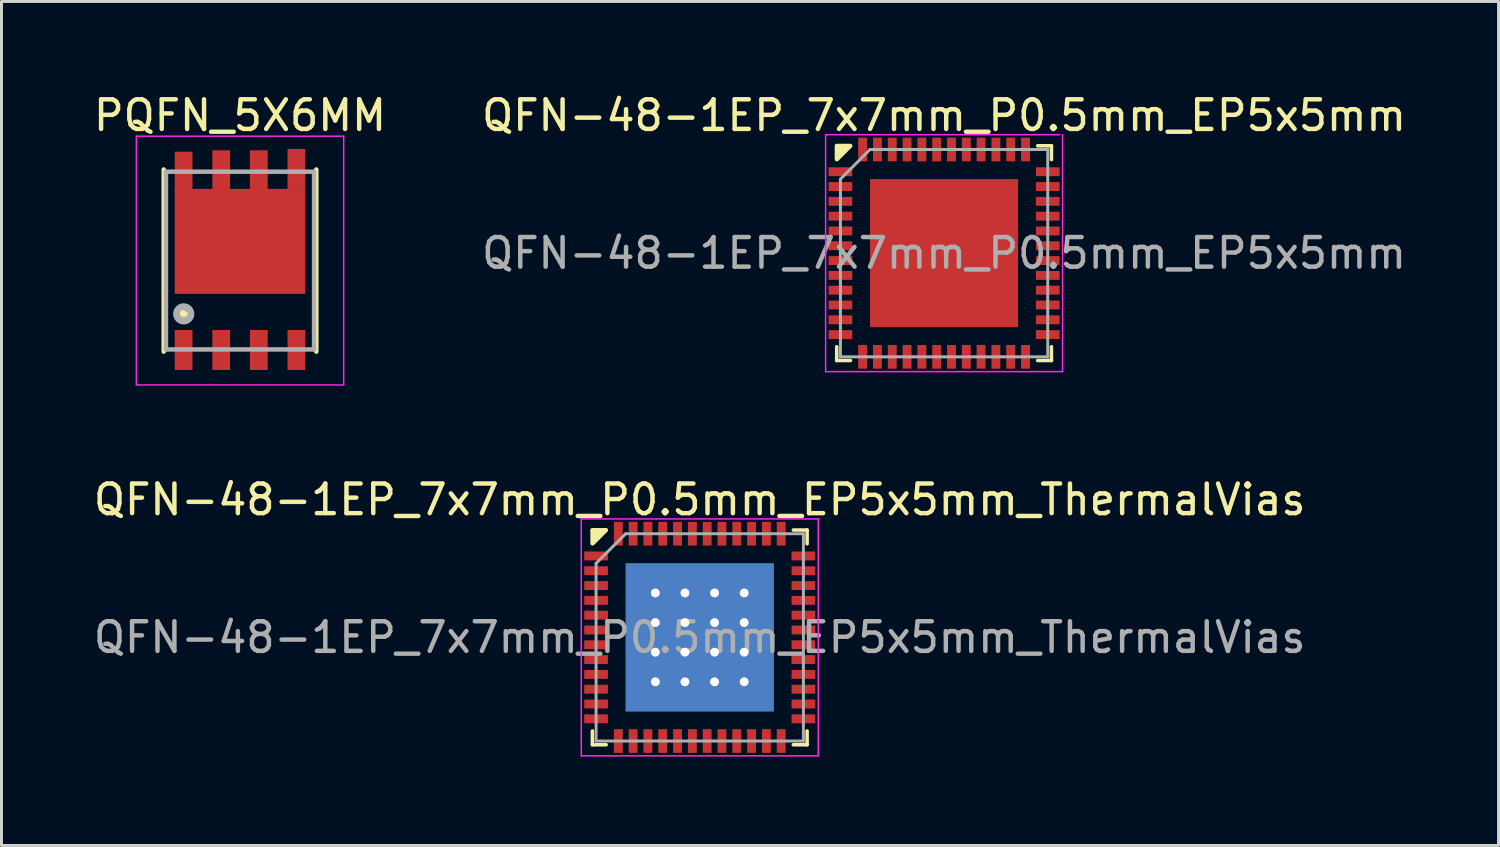
<source format=kicad_pcb>
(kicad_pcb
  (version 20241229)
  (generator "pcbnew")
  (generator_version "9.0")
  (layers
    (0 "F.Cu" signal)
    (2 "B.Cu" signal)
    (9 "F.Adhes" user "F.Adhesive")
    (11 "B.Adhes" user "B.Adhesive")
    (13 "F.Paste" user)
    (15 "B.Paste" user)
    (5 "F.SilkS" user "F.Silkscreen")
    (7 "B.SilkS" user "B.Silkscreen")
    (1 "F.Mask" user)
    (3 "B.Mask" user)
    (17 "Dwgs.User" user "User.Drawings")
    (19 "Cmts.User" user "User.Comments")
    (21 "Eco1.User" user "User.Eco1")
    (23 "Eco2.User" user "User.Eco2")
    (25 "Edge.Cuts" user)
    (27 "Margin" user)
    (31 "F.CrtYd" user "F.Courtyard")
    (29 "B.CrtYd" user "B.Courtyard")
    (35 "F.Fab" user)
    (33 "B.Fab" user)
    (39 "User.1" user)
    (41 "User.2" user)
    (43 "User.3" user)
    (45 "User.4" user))
  (footprint "PQFN_5X6MM"
    (layer "F.Cu")
    (at 5.054 5.748)
    (property "Reference" "PQFN_5X6MM" (at 0 -4.9 0) (layer "F.SilkS") (effects (font (size 1 1) (thickness 0.15))))
    (attr through_hole)
    (fp_line (start -2.576 3.076) (end -2.576 -3.076) (stroke (width 0.15) (type solid)) (layer "F.SilkS"))
    (fp_line (start 2.576 3.076) (end 2.576 -3.076) (stroke (width 0.15) (type solid)) (layer "F.SilkS"))
    (fp_circle (center -1.9 1.8) (end -1.7 1.7) (stroke (width 0.15) (type solid)) (fill no) (layer "F.SilkS"))
    (fp_poly (pts (xy -2.1 1.8) (xy -2 1.6) (xy -1.7 1.7) (xy -1.8 2) (xy -2 2)) (stroke (width 0.15) (type solid)) (fill yes) (layer "F.SilkS"))
    (fp_line (start -3.5 -4.2) (end -3.5 4.2) (stroke (width 0.05) (type solid)) (layer "F.CrtYd"))
    (fp_line (start -3.5 4.2) (end 3.5 4.2) (stroke (width 0.05) (type solid)) (layer "F.CrtYd"))
    (fp_line (start 3.5 -4.2) (end -3.5 -4.2) (stroke (width 0.05) (type solid)) (layer "F.CrtYd"))
    (fp_line (start 3.5 4.2) (end 3.5 -4.2) (stroke (width 0.05) (type solid)) (layer "F.CrtYd"))
    (fp_line (start -2.5 -3) (end 2.5 -3) (stroke (width 0.15) (type solid)) (layer "F.Fab"))
    (fp_line (start -2.5 3) (end -2.5 -3) (stroke (width 0.15) (type solid)) (layer "F.Fab"))
    (fp_line (start 2.5 -3) (end 2.5 3) (stroke (width 0.15) (type solid)) (layer "F.Fab"))
    (fp_line (start 2.5 3) (end -2.5 3) (stroke (width 0.15) (type solid)) (layer "F.Fab"))
    (fp_circle (center -1.9 1.8) (end -1.7 1.6) (stroke (width 0.15) (type solid)) (fill no) (layer "F.Fab"))
    (fp_poly (pts (xy -2.1 1.7) (xy -2 1.6) (xy -1.9 1.6) (xy -1.7 1.7) (xy -1.7 1.9) (xy -1.9 2) (xy -2.1 1.9)) (stroke (width 0.15) (type solid)) (fill no) (layer "F.Fab"))
    (pad "1" smd rect (at -1.905 3.02) (size 0.6 1.35) (layers "F.Cu" "F.Mask" "F.Paste"))
    (pad "2" smd rect (at -0.635 3.02) (size 0.6 1.35) (layers "F.Cu" "F.Mask" "F.Paste"))
    (pad "3" smd rect (at 0.635 3.02) (size 0.6 1.35) (layers "F.Cu" "F.Mask" "F.Paste"))
    (pad "4" smd rect (at 1.905 3.02) (size 0.6 1.35) (layers "F.Cu" "F.Mask" "F.Paste"))
    (pad "5" smd rect (at 0 -0.648) (size 4.41 3.545) (layers "F.Cu" "F.Mask" "F.Paste"))
    (pad "5" smd rect (at 1.905 -3.095) (size 0.6 1.35) (layers "F.Cu" "F.Mask" "F.Paste"))
    (pad "6" smd rect (at 0.635 -3.048) (size 0.6 1.35) (layers "F.Cu" "F.Mask" "F.Paste"))
    (pad "7" smd rect (at -0.635 -3.048) (size 0.6 1.35) (layers "F.Cu" "F.Mask" "F.Paste"))
    (pad "8" smd rect (at -1.905 -3) (size 0.6 1.35) (layers "F.Cu" "F.Mask" "F.Paste")))
  (footprint "QFN-48-1EP_7x7mm_P0.5mm_EP5x5mm"
    (layer "F.Cu")
    (at 28.827 5.498)
    (property "Reference" "QFN-48-1EP_7x7mm_P0.5mm_EP5x5mm" (at 0 -4.65 0) (layer "F.SilkS") (effects (font (size 1 1) (thickness 0.15))))
    (attr smd)
    (fp_line (start -3.625 -3.625) (end -3.16 -3.625) (stroke (width 0.12) (type solid)) (layer "F.SilkS"))
    (fp_line (start -3.625 3.625) (end -3.625 3.16) (stroke (width 0.12) (type solid)) (layer "F.SilkS"))
    (fp_line (start -3.16 3.625) (end -3.625 3.625) (stroke (width 0.12) (type solid)) (layer "F.SilkS"))
    (fp_line (start 3.16 -3.625) (end 3.625 -3.625) (stroke (width 0.12) (type solid)) (layer "F.SilkS"))
    (fp_line (start 3.16 3.625) (end 3.625 3.625) (stroke (width 0.12) (type solid)) (layer "F.SilkS"))
    (fp_line (start 3.625 -3.625) (end 3.625 -3.16) (stroke (width 0.12) (type solid)) (layer "F.SilkS"))
    (fp_line (start 3.625 3.625) (end 3.625 3.16) (stroke (width 0.12) (type solid)) (layer "F.SilkS"))
    (fp_poly (pts (xy -3.175 -3.619) (xy -3.619 -3.619) (xy -3.619 -3.175)) (stroke (width 0.15) (type solid)) (fill yes) (layer "F.SilkS"))
    (fp_line (start -4 -4) (end -4 4) (stroke (width 0.05) (type solid)) (layer "F.CrtYd"))
    (fp_line (start -4 4) (end 4 4) (stroke (width 0.05) (type solid)) (layer "F.CrtYd"))
    (fp_line (start 3.9 -4) (end -4 -4) (stroke (width 0.05) (type solid)) (layer "F.CrtYd"))
    (fp_line (start 4 4) (end 4 -4) (stroke (width 0.05) (type solid)) (layer "F.CrtYd"))
    (fp_line (start -3.5 -2.5) (end -2.5 -3.5) (stroke (width 0.1) (type solid)) (layer "F.Fab"))
    (fp_line (start -3.5 3.5) (end -3.5 -2.5) (stroke (width 0.1) (type solid)) (layer "F.Fab"))
    (fp_line (start -2.5 -3.5) (end 3.5 -3.5) (stroke (width 0.1) (type solid)) (layer "F.Fab"))
    (fp_line (start 3.5 -3.5) (end 3.5 3.5) (stroke (width 0.1) (type solid)) (layer "F.Fab"))
    (fp_line (start 3.5 3.5) (end -3.5 3.5) (stroke (width 0.1) (type solid)) (layer "F.Fab"))
    (fp_text user "${REFERENCE}" (at 0 0 0) (layer "F.Fab") (effects (font (size 1 1) (thickness 0.15))))
    (pad "1" smd rect (at -3.5 -2.75) (size 0.8 0.3) (layers "F.Cu" "F.Mask" "F.Paste"))
    (pad "2" smd rect (at -3.5 -2.25) (size 0.8 0.3) (layers "F.Cu" "F.Mask" "F.Paste"))
    (pad "3" smd rect (at -3.5 -1.75) (size 0.8 0.3) (layers "F.Cu" "F.Mask" "F.Paste"))
    (pad "4" smd rect (at -3.5 -1.25) (size 0.8 0.3) (layers "F.Cu" "F.Mask" "F.Paste"))
    (pad "5" smd rect (at -3.5 -0.75) (size 0.8 0.3) (layers "F.Cu" "F.Mask" "F.Paste"))
    (pad "6" smd rect (at -3.5 -0.25) (size 0.8 0.3) (layers "F.Cu" "F.Mask" "F.Paste"))
    (pad "7" smd rect (at -3.5 0.25) (size 0.8 0.3) (layers "F.Cu" "F.Mask" "F.Paste"))
    (pad "8" smd rect (at -3.5 0.75) (size 0.8 0.3) (layers "F.Cu" "F.Mask" "F.Paste"))
    (pad "9" smd rect (at -3.5 1.25) (size 0.8 0.3) (layers "F.Cu" "F.Mask" "F.Paste"))
    (pad "10" smd rect (at -3.5 1.75) (size 0.8 0.3) (layers "F.Cu" "F.Mask" "F.Paste"))
    (pad "11" smd rect (at -3.5 2.25) (size 0.8 0.3) (layers "F.Cu" "F.Mask" "F.Paste"))
    (pad "12" smd rect (at -3.5 2.75) (size 0.8 0.3) (layers "F.Cu" "F.Mask" "F.Paste"))
    (pad "13" smd rect (at -2.75 3.5 90) (size 0.8 0.3) (layers "F.Cu" "F.Mask" "F.Paste"))
    (pad "14" smd rect (at -2.25 3.5 90) (size 0.8 0.3) (layers "F.Cu" "F.Mask" "F.Paste"))
    (pad "15" smd rect (at -1.75 3.5 90) (size 0.8 0.3) (layers "F.Cu" "F.Mask" "F.Paste"))
    (pad "16" smd rect (at -1.25 3.5 90) (size 0.8 0.3) (layers "F.Cu" "F.Mask" "F.Paste"))
    (pad "17" smd rect (at -0.75 3.5 90) (size 0.8 0.3) (layers "F.Cu" "F.Mask" "F.Paste"))
    (pad "18" smd rect (at -0.25 3.5 90) (size 0.8 0.3) (layers "F.Cu" "F.Mask" "F.Paste"))
    (pad "19" smd rect (at 0.25 3.5 90) (size 0.8 0.3) (layers "F.Cu" "F.Mask" "F.Paste"))
    (pad "20" smd rect (at 0.75 3.5 90) (size 0.8 0.3) (layers "F.Cu" "F.Mask" "F.Paste"))
    (pad "21" smd rect (at 1.25 3.5 90) (size 0.8 0.3) (layers "F.Cu" "F.Mask" "F.Paste"))
    (pad "22" smd rect (at 1.75 3.5 90) (size 0.8 0.3) (layers "F.Cu" "F.Mask" "F.Paste"))
    (pad "23" smd rect (at 2.25 3.5 90) (size 0.8 0.3) (layers "F.Cu" "F.Mask" "F.Paste"))
    (pad "24" smd rect (at 2.75 3.5 90) (size 0.8 0.3) (layers "F.Cu" "F.Mask" "F.Paste"))
    (pad "25" smd rect (at 3.5 2.75) (size 0.8 0.3) (layers "F.Cu" "F.Mask" "F.Paste"))
    (pad "26" smd rect (at 3.5 2.25) (size 0.8 0.3) (layers "F.Cu" "F.Mask" "F.Paste"))
    (pad "27" smd rect (at 3.5 1.75) (size 0.8 0.3) (layers "F.Cu" "F.Mask" "F.Paste"))
    (pad "28" smd rect (at 3.5 1.25) (size 0.8 0.3) (layers "F.Cu" "F.Mask" "F.Paste"))
    (pad "29" smd rect (at 3.5 0.75) (size 0.8 0.3) (layers "F.Cu" "F.Mask" "F.Paste"))
    (pad "30" smd rect (at 3.5 0.25) (size 0.8 0.3) (layers "F.Cu" "F.Mask" "F.Paste"))
    (pad "31" smd rect (at 3.5 -0.25) (size 0.8 0.3) (layers "F.Cu" "F.Mask" "F.Paste"))
    (pad "32" smd rect (at 3.5 -0.75) (size 0.8 0.3) (layers "F.Cu" "F.Mask" "F.Paste"))
    (pad "33" smd rect (at 3.5 -1.25) (size 0.8 0.3) (layers "F.Cu" "F.Mask" "F.Paste"))
    (pad "34" smd rect (at 3.5 -1.75) (size 0.8 0.3) (layers "F.Cu" "F.Mask" "F.Paste"))
    (pad "35" smd rect (at 3.5 -2.25) (size 0.8 0.3) (layers "F.Cu" "F.Mask" "F.Paste"))
    (pad "36" smd rect (at 3.5 -2.75) (size 0.8 0.3) (layers "F.Cu" "F.Mask" "F.Paste"))
    (pad "37" smd rect (at 2.75 -3.5 90) (size 0.8 0.3) (layers "F.Cu" "F.Mask" "F.Paste"))
    (pad "38" smd rect (at 2.25 -3.5 90) (size 0.8 0.3) (layers "F.Cu" "F.Mask" "F.Paste"))
    (pad "39" smd rect (at 1.75 -3.5 90) (size 0.8 0.3) (layers "F.Cu" "F.Mask" "F.Paste"))
    (pad "40" smd rect (at 1.25 -3.5 90) (size 0.8 0.3) (layers "F.Cu" "F.Mask" "F.Paste"))
    (pad "41" smd rect (at 0.75 -3.5 90) (size 0.8 0.3) (layers "F.Cu" "F.Mask" "F.Paste"))
    (pad "42" smd rect (at 0.25 -3.5 90) (size 0.8 0.3) (layers "F.Cu" "F.Mask" "F.Paste"))
    (pad "43" smd rect (at -0.25 -3.5 90) (size 0.8 0.3) (layers "F.Cu" "F.Mask" "F.Paste"))
    (pad "44" smd rect (at -0.75 -3.5 90) (size 0.8 0.3) (layers "F.Cu" "F.Mask" "F.Paste"))
    (pad "45" smd rect (at -1.25 -3.5 90) (size 0.8 0.3) (layers "F.Cu" "F.Mask" "F.Paste"))
    (pad "46" smd rect (at -1.75 -3.5 90) (size 0.8 0.3) (layers "F.Cu" "F.Mask" "F.Paste"))
    (pad "47" smd rect (at -2.25 -3.5 90) (size 0.8 0.3) (layers "F.Cu" "F.Mask" "F.Paste"))
    (pad "48" smd rect (at -2.75 -3.5 90) (size 0.8 0.3) (layers "F.Cu" "F.Mask" "F.Paste"))
    (pad "49" smd rect (at 0 0) (size 5 5) (layers "F.Cu" "F.Mask")))
  (footprint "QFN-48-1EP_7x7mm_P0.5mm_EP5x5mm_ThermalVias"
    (layer "F.Cu")
    (at 20.577 18.471)
    (property "Reference" "QFN-48-1EP_7x7mm_P0.5mm_EP5x5mm_ThermalVias" (at 0 -4.65 0) (layer "F.SilkS") (effects (font (size 1 1) (thickness 0.15))))
    (attr smd)
    (fp_line (start -3.625 -3.625) (end -3.16 -3.625) (stroke (width 0.12) (type solid)) (layer "F.SilkS"))
    (fp_line (start -3.625 3.625) (end -3.625 3.16) (stroke (width 0.12) (type solid)) (layer "F.SilkS"))
    (fp_line (start -3.16 3.625) (end -3.625 3.625) (stroke (width 0.12) (type solid)) (layer "F.SilkS"))
    (fp_line (start 3.16 -3.625) (end 3.625 -3.625) (stroke (width 0.12) (type solid)) (layer "F.SilkS"))
    (fp_line (start 3.16 3.625) (end 3.625 3.625) (stroke (width 0.12) (type solid)) (layer "F.SilkS"))
    (fp_line (start 3.625 -3.625) (end 3.625 -3.16) (stroke (width 0.12) (type solid)) (layer "F.SilkS"))
    (fp_line (start 3.625 3.625) (end 3.625 3.16) (stroke (width 0.12) (type solid)) (layer "F.SilkS"))
    (fp_poly (pts (xy -3.175 -3.619) (xy -3.619 -3.619) (xy -3.619 -3.175)) (stroke (width 0.15) (type solid)) (fill yes) (layer "F.SilkS"))
    (fp_line (start -4 -4) (end -4 4) (stroke (width 0.05) (type solid)) (layer "F.CrtYd"))
    (fp_line (start -4 4) (end 4 4) (stroke (width 0.05) (type solid)) (layer "F.CrtYd"))
    (fp_line (start 4 -4) (end -4 -4) (stroke (width 0.05) (type solid)) (layer "F.CrtYd"))
    (fp_line (start 4 4) (end 4 -4) (stroke (width 0.05) (type solid)) (layer "F.CrtYd"))
    (fp_line (start -3.5 -2.5) (end -2.5 -3.5) (stroke (width 0.1) (type solid)) (layer "F.Fab"))
    (fp_line (start -3.5 3.5) (end -3.5 -2.5) (stroke (width 0.1) (type solid)) (layer "F.Fab"))
    (fp_line (start -2.5 -3.5) (end 3.5 -3.5) (stroke (width 0.1) (type solid)) (layer "F.Fab"))
    (fp_line (start 3.5 -3.5) (end 3.5 3.5) (stroke (width 0.1) (type solid)) (layer "F.Fab"))
    (fp_line (start 3.5 3.5) (end -3.5 3.5) (stroke (width 0.1) (type solid)) (layer "F.Fab"))
    (fp_text user "${REFERENCE}" (at 0 0 0) (layer "F.Fab") (effects (font (size 1 1) (thickness 0.15))))
    (pad "1" smd rect (at -3.5 -2.75) (size 0.8 0.3) (layers "F.Cu" "F.Mask" "F.Paste"))
    (pad "2" smd rect (at -3.5 -2.25) (size 0.8 0.3) (layers "F.Cu" "F.Mask" "F.Paste"))
    (pad "3" smd rect (at -3.5 -1.75) (size 0.8 0.3) (layers "F.Cu" "F.Mask" "F.Paste"))
    (pad "4" smd rect (at -3.5 -1.25) (size 0.8 0.3) (layers "F.Cu" "F.Mask" "F.Paste"))
    (pad "5" smd rect (at -3.5 -0.75) (size 0.8 0.3) (layers "F.Cu" "F.Mask" "F.Paste"))
    (pad "6" smd rect (at -3.5 -0.25) (size 0.8 0.3) (layers "F.Cu" "F.Mask" "F.Paste"))
    (pad "7" smd rect (at -3.5 0.25) (size 0.8 0.3) (layers "F.Cu" "F.Mask" "F.Paste"))
    (pad "8" smd rect (at -3.5 0.75) (size 0.8 0.3) (layers "F.Cu" "F.Mask" "F.Paste"))
    (pad "9" smd rect (at -3.5 1.25) (size 0.8 0.3) (layers "F.Cu" "F.Mask" "F.Paste"))
    (pad "10" smd rect (at -3.5 1.75) (size 0.8 0.3) (layers "F.Cu" "F.Mask" "F.Paste"))
    (pad "11" smd rect (at -3.5 2.25) (size 0.8 0.3) (layers "F.Cu" "F.Mask" "F.Paste"))
    (pad "12" smd rect (at -3.5 2.75) (size 0.8 0.3) (layers "F.Cu" "F.Mask" "F.Paste"))
    (pad "13" smd rect (at -2.75 3.5 90) (size 0.8 0.3) (layers "F.Cu" "F.Mask" "F.Paste"))
    (pad "14" smd rect (at -2.25 3.5 90) (size 0.8 0.3) (layers "F.Cu" "F.Mask" "F.Paste"))
    (pad "15" smd rect (at -1.75 3.5 90) (size 0.8 0.3) (layers "F.Cu" "F.Mask" "F.Paste"))
    (pad "16" smd rect (at -1.25 3.5 90) (size 0.8 0.3) (layers "F.Cu" "F.Mask" "F.Paste"))
    (pad "17" smd rect (at -0.75 3.5 90) (size 0.8 0.3) (layers "F.Cu" "F.Mask" "F.Paste"))
    (pad "18" smd rect (at -0.25 3.5 90) (size 0.8 0.3) (layers "F.Cu" "F.Mask" "F.Paste"))
    (pad "19" smd rect (at 0.25 3.5 90) (size 0.8 0.3) (layers "F.Cu" "F.Mask" "F.Paste"))
    (pad "20" smd rect (at 0.75 3.5 90) (size 0.8 0.3) (layers "F.Cu" "F.Mask" "F.Paste"))
    (pad "21" smd rect (at 1.25 3.5 90) (size 0.8 0.3) (layers "F.Cu" "F.Mask" "F.Paste"))
    (pad "22" smd rect (at 1.75 3.5 90) (size 0.8 0.3) (layers "F.Cu" "F.Mask" "F.Paste"))
    (pad "23" smd rect (at 2.25 3.5 90) (size 0.8 0.3) (layers "F.Cu" "F.Mask" "F.Paste"))
    (pad "24" smd rect (at 2.75 3.5 90) (size 0.8 0.3) (layers "F.Cu" "F.Mask" "F.Paste"))
    (pad "25" smd rect (at 3.5 2.75) (size 0.8 0.3) (layers "F.Cu" "F.Mask" "F.Paste"))
    (pad "26" smd rect (at 3.5 2.25) (size 0.8 0.3) (layers "F.Cu" "F.Mask" "F.Paste"))
    (pad "27" smd rect (at 3.5 1.75) (size 0.8 0.3) (layers "F.Cu" "F.Mask" "F.Paste"))
    (pad "28" smd rect (at 3.5 1.25) (size 0.8 0.3) (layers "F.Cu" "F.Mask" "F.Paste"))
    (pad "29" smd rect (at 3.5 0.75) (size 0.8 0.3) (layers "F.Cu" "F.Mask" "F.Paste"))
    (pad "30" smd rect (at 3.5 0.25) (size 0.8 0.3) (layers "F.Cu" "F.Mask" "F.Paste"))
    (pad "31" smd rect (at 3.5 -0.25) (size 0.8 0.3) (layers "F.Cu" "F.Mask" "F.Paste"))
    (pad "32" smd rect (at 3.5 -0.75) (size 0.8 0.3) (layers "F.Cu" "F.Mask" "F.Paste"))
    (pad "33" smd rect (at 3.5 -1.25) (size 0.8 0.3) (layers "F.Cu" "F.Mask" "F.Paste"))
    (pad "34" smd rect (at 3.5 -1.75) (size 0.8 0.3) (layers "F.Cu" "F.Mask" "F.Paste"))
    (pad "35" smd rect (at 3.5 -2.25) (size 0.8 0.3) (layers "F.Cu" "F.Mask" "F.Paste"))
    (pad "36" smd rect (at 3.5 -2.75) (size 0.8 0.3) (layers "F.Cu" "F.Mask" "F.Paste"))
    (pad "37" smd rect (at 2.75 -3.5 90) (size 0.8 0.3) (layers "F.Cu" "F.Mask" "F.Paste"))
    (pad "38" smd rect (at 2.25 -3.5 90) (size 0.8 0.3) (layers "F.Cu" "F.Mask" "F.Paste"))
    (pad "39" smd rect (at 1.75 -3.5 90) (size 0.8 0.3) (layers "F.Cu" "F.Mask" "F.Paste"))
    (pad "40" smd rect (at 1.25 -3.5 90) (size 0.8 0.3) (layers "F.Cu" "F.Mask" "F.Paste"))
    (pad "41" smd rect (at 0.75 -3.5 90) (size 0.8 0.3) (layers "F.Cu" "F.Mask" "F.Paste"))
    (pad "42" smd rect (at 0.25 -3.5 90) (size 0.8 0.3) (layers "F.Cu" "F.Mask" "F.Paste"))
    (pad "43" smd rect (at -0.25 -3.5 90) (size 0.8 0.3) (layers "F.Cu" "F.Mask" "F.Paste"))
    (pad "44" smd rect (at -0.75 -3.5 90) (size 0.8 0.3) (layers "F.Cu" "F.Mask" "F.Paste"))
    (pad "45" smd rect (at -1.25 -3.5 90) (size 0.8 0.3) (layers "F.Cu" "F.Mask" "F.Paste"))
    (pad "46" smd rect (at -1.75 -3.5 90) (size 0.8 0.3) (layers "F.Cu" "F.Mask" "F.Paste"))
    (pad "47" smd rect (at -2.25 -3.5 90) (size 0.8 0.3) (layers "F.Cu" "F.Mask" "F.Paste"))
    (pad "48" smd rect (at -2.75 -3.5 90) (size 0.8 0.3) (layers "F.Cu" "F.Mask" "F.Paste"))
    (pad "49" thru_hole circle (at -1.5 -1.5) (size 0.6 0.6) (drill 0.3) (layers "*.Cu" "*.Mask"))
    (pad "49" thru_hole circle (at -1.5 -0.5) (size 0.6 0.6) (drill 0.3) (layers "*.Cu" "*.Mask"))
    (pad "49" thru_hole circle (at -1.5 0.5) (size 0.6 0.6) (drill 0.3) (layers "*.Cu" "*.Mask"))
    (pad "49" thru_hole circle (at -1.5 1.5) (size 0.6 0.6) (drill 0.3) (layers "*.Cu" "*.Mask"))
    (pad "49" thru_hole circle (at -0.5 -1.5) (size 0.6 0.6) (drill 0.3) (layers "*.Cu" "*.Mask"))
    (pad "49" thru_hole circle (at -0.5 -0.5) (size 0.6 0.6) (drill 0.3) (layers "*.Cu" "*.Mask"))
    (pad "49" thru_hole circle (at -0.5 0.5) (size 0.6 0.6) (drill 0.3) (layers "*.Cu" "*.Mask"))
    (pad "49" thru_hole circle (at -0.5 1.5) (size 0.6 0.6) (drill 0.3) (layers "*.Cu" "*.Mask"))
    (pad "49" smd rect (at 0 0) (size 5 5) (layers "F.Cu" "F.Mask"))
    (pad "49" smd rect (at 0 0) (size 5 5) (layers "B.Cu" "B.Mask"))
    (pad "49" thru_hole circle (at 0.5 -1.5) (size 0.6 0.6) (drill 0.3) (layers "*.Cu" "*.Mask"))
    (pad "49" thru_hole circle (at 0.5 -0.5) (size 0.6 0.6) (drill 0.3) (layers "*.Cu" "*.Mask"))
    (pad "49" thru_hole circle (at 0.5 0.5) (size 0.6 0.6) (drill 0.3) (layers "*.Cu" "*.Mask"))
    (pad "49" thru_hole circle (at 0.5 1.5) (size 0.6 0.6) (drill 0.3) (layers "*.Cu" "*.Mask"))
    (pad "49" thru_hole circle (at 1.5 -1.5) (size 0.6 0.6) (drill 0.3) (layers "*.Cu" "*.Mask"))
    (pad "49" thru_hole circle (at 1.5 -0.5) (size 0.6 0.6) (drill 0.3) (layers "*.Cu" "*.Mask"))
    (pad "49" thru_hole circle (at 1.5 0.5) (size 0.6 0.6) (drill 0.3) (layers "*.Cu" "*.Mask"))
    (pad "49" thru_hole circle (at 1.5 1.5) (size 0.6 0.6) (drill 0.3) (layers "*.Cu" "*.Mask")))
  (gr_rect
    (start -3 -3)
    (end 47.548 25.497)
    (stroke (width 0.1) (type default))
    (fill no)
    (layer "Edge.Cuts")))
</source>
